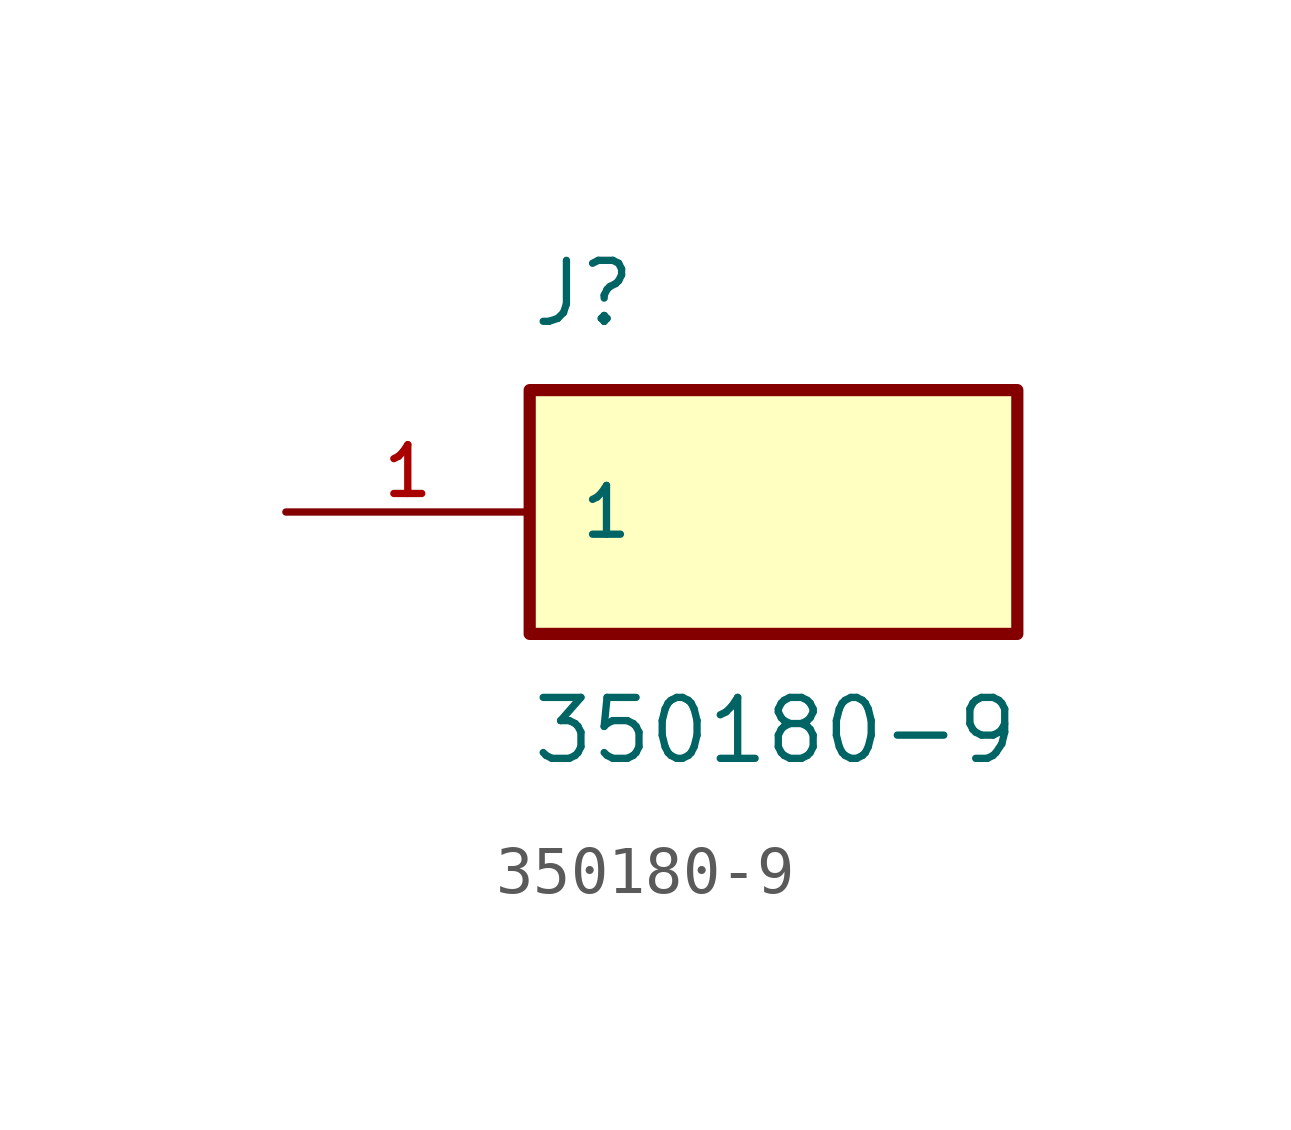
<source format=kicad_sym>
(kicad_symbol_lib
  (version 20211014)
  (generator kicad_symbol_editor)
  (symbol "350180-9"
    (pin_names
      (offset 1.016))
    (property "Reference" "J"
      (at -5.08 3.81 0)
      (effects (font (size 1.27 1.27)) (justify bottom left)))
    (property "Value" "350180-9"
      (at -5.08 -3.81 0)
      (effects (font (size 1.27 1.27)) (justify top left)))
    (symbol "350180-9_0_0"
      (rectangle (start -5.08 -2.54) (end 5.08 2.54) (stroke (width 0.254)) (fill (type background)))
      (pin passive line (at -10.16 0.0 0) (length 5.08) (name "1" (effects (font (size 1.016 1.016)))) (number "1" (effects (font (size 1.016 1.016))))))))
</source>
